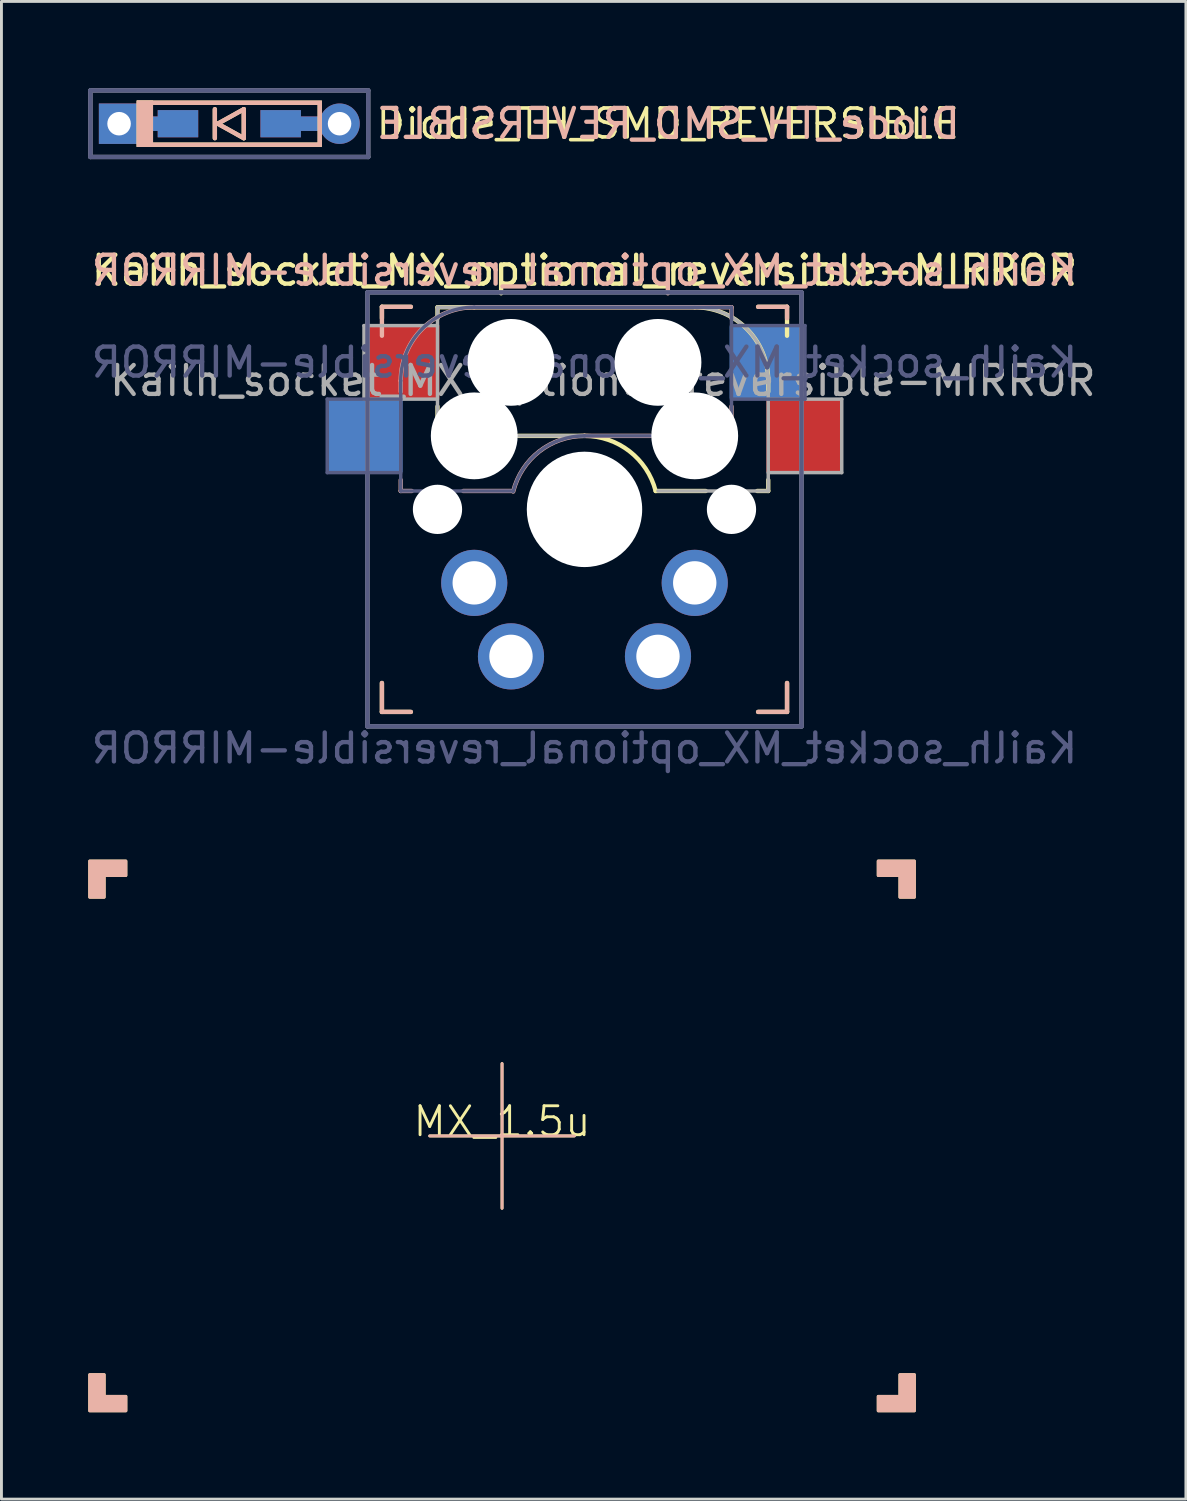
<source format=kicad_pcb>
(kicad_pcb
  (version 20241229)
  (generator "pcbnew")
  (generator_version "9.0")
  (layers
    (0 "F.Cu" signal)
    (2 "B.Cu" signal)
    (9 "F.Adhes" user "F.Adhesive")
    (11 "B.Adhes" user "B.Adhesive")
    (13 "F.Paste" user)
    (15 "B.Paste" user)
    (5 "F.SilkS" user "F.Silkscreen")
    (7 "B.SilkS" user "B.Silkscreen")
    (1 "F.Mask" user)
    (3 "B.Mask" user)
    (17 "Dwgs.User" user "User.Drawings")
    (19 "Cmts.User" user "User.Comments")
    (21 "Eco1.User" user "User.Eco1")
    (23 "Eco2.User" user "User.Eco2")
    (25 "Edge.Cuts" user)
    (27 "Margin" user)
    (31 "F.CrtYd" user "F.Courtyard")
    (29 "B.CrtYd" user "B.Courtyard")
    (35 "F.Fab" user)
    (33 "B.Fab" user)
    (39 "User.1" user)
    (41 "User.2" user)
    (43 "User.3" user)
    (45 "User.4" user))
  (footprint "Diode_TH_SMD_REVERSIBLE"
    (layer "F.Cu")
    (at 4.875 1.225)
    (property "Reference" "Diode_TH_SMD_REVERSIBLE" (at 5 0 0) (unlocked yes) (layer "F.SilkS") (effects (font (size 1 1) (thickness 0.125)) (justify left)))
    (attr through_hole)
    (fp_line (start -0.5 0.5) (end -0.5 -0.5) (stroke (width 0.15) (type solid)) (layer "F.SilkS"))
    (fp_line (start -0.4 0) (end 0.5 0.5) (stroke (width 0.15) (type solid)) (layer "F.SilkS"))
    (fp_line (start 0.5 -0.5) (end -0.4 0) (stroke (width 0.15) (type solid)) (layer "F.SilkS"))
    (fp_line (start 0.5 0.5) (end 0.5 -0.5) (stroke (width 0.15) (type solid)) (layer "F.SilkS"))
    (fp_rect (start -3.198 -0.801) (end -2.636 0.8) (stroke (width -0.000001) (type solid)) (fill yes) (layer "F.SilkS"))
    (fp_poly (pts (xy 3.199 -0.8) (xy -3.201 -0.8) (xy -3.201 -0.651) (xy -3.053 -0.651) (xy 3.05 -0.651) (xy 3.05 0.649) (xy -3.053 0.649) (xy -3.053 -0.651) (xy -3.201 -0.651) (xy -3.201 0.801) (xy 3.199 0.801)) (stroke (width -0.000001) (type solid)) (fill yes) (layer "F.SilkS"))
    (fp_line (start -0.5 -0.5) (end -0.5 0.5) (stroke (width 0.15) (type solid)) (layer "B.SilkS"))
    (fp_line (start -0.4 0) (end 0.5 -0.5) (stroke (width 0.15) (type solid)) (layer "B.SilkS"))
    (fp_line (start 0.5 -0.5) (end 0.5 0.5) (stroke (width 0.15) (type solid)) (layer "B.SilkS"))
    (fp_line (start 0.5 0.5) (end -0.4 0) (stroke (width 0.15) (type solid)) (layer "B.SilkS"))
    (fp_poly (pts (xy -2.636 0.801) (xy -3.198 0.801) (xy -3.198 -0.8) (xy -2.636 -0.8)) (stroke (width -0.000001) (type solid)) (fill yes) (layer "B.SilkS"))
    (fp_poly (pts (xy 3.199 0.8) (xy -3.201 0.8) (xy -3.201 0.651) (xy -3.053 0.651) (xy 3.05 0.651) (xy 3.05 -0.649) (xy -3.053 -0.649) (xy -3.053 0.651) (xy -3.201 0.651) (xy -3.201 -0.801) (xy 3.199 -0.801)) (stroke (width -0.000001) (type solid)) (fill yes) (layer "B.SilkS"))
    (fp_line (start -4.8 -1.15) (end -4.8 1.15) (stroke (width 0.15) (type solid)) (layer "B.Fab"))
    (fp_line (start 4.8 -1.15) (end -4.8 -1.15) (stroke (width 0.15) (type solid)) (layer "B.Fab"))
    (fp_line (start 4.8 -1.15) (end 4.8 1.15) (stroke (width 0.15) (type solid)) (layer "B.Fab"))
    (fp_line (start 4.8 1.15) (end -4.8 1.15) (stroke (width 0.15) (type solid)) (layer "B.Fab"))
    (fp_line (start -4.8 1.15) (end -4.8 -1.15) (stroke (width 0.15) (type solid)) (layer "F.Fab"))
    (fp_line (start 4.8 -1.15) (end -4.8 -1.15) (stroke (width 0.15) (type solid)) (layer "F.Fab"))
    (fp_line (start 4.8 1.15) (end -4.8 1.15) (stroke (width 0.15) (type solid)) (layer "F.Fab"))
    (fp_line (start 4.8 1.15) (end 4.8 -1.15) (stroke (width 0.15) (type solid)) (layer "F.Fab"))
    (fp_text user "${REFERENCE}" (at 5 0 0) (layer "B.SilkS") (effects (font (size 1 1) (thickness 0.15)) (justify right mirror)))
    (pad "1" thru_hole rect (at -3.81 0) (size 1.397 1.397) (drill 0.813) (layers "*.Cu" "*.Mask"))
    (pad "1" smd rect (at -2.75 0 180) (size 2 0.5) (layers "F.Cu"))
    (pad "1" smd rect (at -2.75 0) (size 2 0.5) (layers "B.Cu"))
    (pad "1" smd rect (at -1.775 0 180) (size 1.4 0.94) (layers "F.Cu" "F.Mask" "F.Paste"))
    (pad "1" smd rect (at -1.775 0) (size 1.4 0.94) (layers "B.Cu" "B.Mask" "B.Paste"))
    (pad "2" smd rect (at 1.775 0 180) (size 1.4 0.94) (layers "F.Cu" "F.Mask" "F.Paste"))
    (pad "2" smd rect (at 1.775 0) (size 1.4 0.94) (layers "B.Cu" "B.Mask" "B.Paste"))
    (pad "2" smd rect (at 2.75 0 180) (size 2 0.5) (layers "F.Cu"))
    (pad "2" smd rect (at 2.75 0) (size 2 0.5) (layers "B.Cu"))
    (pad "2" thru_hole circle (at 3.81 0) (size 1.397 1.397) (drill 0.813) (layers "*.Cu" "*.Mask")))
  (footprint "MX_1.5u"
    (layer "F.Cu")
    (at 14.3 36.206)
    (property "Reference" "MX_1.5u" (at 0 -0.5 0) (unlocked yes) (layer "F.SilkS") (effects (font (size 1 1) (thickness 0.1))))
    (attr through_hole)
    (fp_line (start 0 0) (end -2.5 0) (stroke (width 0.1) (type default)) (layer "F.SilkS"))
    (fp_line (start 0 0) (end 0 -2.5) (stroke (width 0.1) (type default)) (layer "F.SilkS"))
    (fp_line (start 0 0) (end 0 2.5) (stroke (width 0.1) (type default)) (layer "F.SilkS"))
    (fp_line (start 0 0) (end 2.5 0) (stroke (width 0.1) (type default)) (layer "F.SilkS"))
    (fp_poly (pts (xy -14.25 -9.5) (xy -14.25 -8.25) (xy -13.75 -8.25) (xy -13.75 -9) (xy -13 -9) (xy -13 -9.5)) (stroke (width 0.1) (type solid)) (fill yes) (layer "F.SilkS"))
    (fp_poly (pts (xy -14.25 9.5) (xy -13 9.5) (xy -13 9) (xy -13.75 9) (xy -13.75 8.25) (xy -14.25 8.25)) (stroke (width 0.1) (type solid)) (fill yes) (layer "F.SilkS"))
    (fp_poly (pts (xy 14.25 -9.5) (xy 13 -9.5) (xy 13 -9) (xy 13.75 -9) (xy 13.75 -8.25) (xy 14.25 -8.25)) (stroke (width 0.1) (type solid)) (fill yes) (layer "F.SilkS"))
    (fp_poly (pts (xy 14.25 9.5) (xy 14.25 8.25) (xy 13.75 8.25) (xy 13.75 9) (xy 13 9) (xy 13 9.5)) (stroke (width 0.1) (type solid)) (fill yes) (layer "F.SilkS"))
    (fp_line (start 0 0) (end -2.5 0) (stroke (width 0.1) (type default)) (layer "B.SilkS"))
    (fp_line (start 0 0) (end 0 -2.5) (stroke (width 0.1) (type default)) (layer "B.SilkS"))
    (fp_line (start 0 0) (end 0 2.5) (stroke (width 0.1) (type default)) (layer "B.SilkS"))
    (fp_line (start 0 0) (end 2.5 0) (stroke (width 0.1) (type default)) (layer "B.SilkS"))
    (fp_poly (pts (xy -14.25 -9.5) (xy -13 -9.5) (xy -13 -9) (xy -13.75 -9) (xy -13.75 -8.25) (xy -14.25 -8.25)) (stroke (width 0.1) (type solid)) (fill yes) (layer "B.SilkS"))
    (fp_poly (pts (xy -14.25 9.5) (xy -14.25 8.25) (xy -13.75 8.25) (xy -13.75 9) (xy -13 9) (xy -13 9.5)) (stroke (width 0.1) (type solid)) (fill yes) (layer "B.SilkS"))
    (fp_poly (pts (xy 14.25 -9.5) (xy 14.25 -8.25) (xy 13.75 -8.25) (xy 13.75 -9) (xy 13 -9) (xy 13 -9.5)) (stroke (width 0.1) (type solid)) (fill yes) (layer "B.SilkS"))
    (fp_poly (pts (xy 14.25 9.5) (xy 13 9.5) (xy 13 9) (xy 13.75 9) (xy 13.75 8.25) (xy 14.25 8.25)) (stroke (width 0.1) (type solid)) (fill yes) (layer "B.SilkS")))
  (footprint "Kailh_socket_MX_optional_reversible-MIRROR"
    (layer "F.Cu")
    (at 17.149 14.553)
    (property "Reference" "Kailh_socket_MX_optional_reversible-MIRROR" (at 0 -8.255 0) (layer "F.SilkS") (effects (font (size 1 1) (thickness 0.15))))
    (property "Value" "Kailh_socket_MX_optional_reversible-MIRROR" (at 0 8.255 0) (layer "F.Fab") (hide yes) (effects (font (size 1 1) (thickness 0.15))))
    (attr smd)
    (fp_line (start -7 -7) (end -6 -7) (stroke (width 0.15) (type solid)) (layer "F.SilkS"))
    (fp_line (start -7 -6.604) (end -7 -7) (stroke (width 0.15) (type solid)) (layer "F.SilkS"))
    (fp_line (start -7 7) (end -7 6) (stroke (width 0.15) (type solid)) (layer "F.SilkS"))
    (fp_line (start -6 7) (end -7 7) (stroke (width 0.15) (type solid)) (layer "F.SilkS"))
    (fp_line (start -5.08 -6.985) (end -5.08 -6.604) (stroke (width 0.15) (type solid)) (layer "F.SilkS"))
    (fp_line (start -5.08 -3.556) (end -5.08 -3.175) (stroke (width 0.15) (type solid)) (layer "F.SilkS"))
    (fp_line (start -2.286 -2.54) (end 0 -2.54) (stroke (width 0.15) (type solid)) (layer "F.SilkS"))
    (fp_line (start 2.459 -0.635) (end 4.191 -0.635) (stroke (width 0.15) (type solid)) (layer "F.SilkS"))
    (fp_line (start 3.81 -6.985) (end -5.08 -6.985) (stroke (width 0.15) (type solid)) (layer "F.SilkS"))
    (fp_line (start 5.969 -0.635) (end 6.35 -0.635) (stroke (width 0.15) (type solid)) (layer "F.SilkS"))
    (fp_line (start 6 -7) (end 7 -7) (stroke (width 0.15) (type solid)) (layer "F.SilkS"))
    (fp_line (start 6.35 -4.445) (end 6.35 -4.064) (stroke (width 0.15) (type solid)) (layer "F.SilkS"))
    (fp_line (start 6.35 -0.635) (end 6.35 -1.016) (stroke (width 0.15) (type solid)) (layer "F.SilkS"))
    (fp_line (start 7 -7) (end 7 -6) (stroke (width 0.15) (type solid)) (layer "F.SilkS"))
    (fp_line (start 7 6) (end 7 7) (stroke (width 0.15) (type solid)) (layer "F.SilkS"))
    (fp_line (start 7 7) (end 6 7) (stroke (width 0.15) (type solid)) (layer "F.SilkS"))
    (fp_arc (start 0 -2.54) (mid 1.555426 -2.008047) (end 2.459344 -0.635001) (stroke (width 0.15) (type default)) (layer "F.SilkS"))
    (fp_arc (start 3.81 -6.985) (mid 5.606051 -6.241051) (end 6.35 -4.445) (stroke (width 0.15) (type solid)) (layer "F.SilkS"))
    (fp_line (start -7 -7) (end -6 -7) (stroke (width 0.15) (type solid)) (layer "B.SilkS"))
    (fp_line (start -7 -6) (end -7 -7) (stroke (width 0.15) (type solid)) (layer "B.SilkS"))
    (fp_line (start -7 7) (end -7 6) (stroke (width 0.15) (type solid)) (layer "B.SilkS"))
    (fp_line (start -6.35 -4.445) (end -6.35 -4.064) (stroke (width 0.15) (type solid)) (layer "B.SilkS"))
    (fp_line (start -6.35 -1.016) (end -6.35 -0.635) (stroke (width 0.15) (type solid)) (layer "B.SilkS"))
    (fp_line (start -6.35 -0.635) (end -5.969 -0.635) (stroke (width 0.15) (type solid)) (layer "B.SilkS"))
    (fp_line (start -6 7) (end -7 7) (stroke (width 0.15) (type solid)) (layer "B.SilkS"))
    (fp_line (start -4.191 -0.635) (end -2.54 -0.635) (stroke (width 0.15) (type solid)) (layer "B.SilkS"))
    (fp_line (start 0 -2.54) (end 2.286 -2.54) (stroke (width 0.15) (type solid)) (layer "B.SilkS"))
    (fp_line (start 5.08 -6.985) (end -3.81 -6.985) (stroke (width 0.15) (type solid)) (layer "B.SilkS"))
    (fp_line (start 5.08 -6.604) (end 5.08 -6.985) (stroke (width 0.15) (type solid)) (layer "B.SilkS"))
    (fp_line (start 5.08 -3.175) (end 5.08 -3.556) (stroke (width 0.15) (type solid)) (layer "B.SilkS"))
    (fp_line (start 6 -7) (end 7 -7) (stroke (width 0.15) (type solid)) (layer "B.SilkS"))
    (fp_line (start 7 -7) (end 7 -6.604) (stroke (width 0.15) (type solid)) (layer "B.SilkS"))
    (fp_line (start 7 6) (end 7 7) (stroke (width 0.15) (type solid)) (layer "B.SilkS"))
    (fp_line (start 7 7) (end 6 7) (stroke (width 0.15) (type solid)) (layer "B.SilkS"))
    (fp_arc (start -6.35 -4.445) (mid -5.606051 -6.241051) (end -3.81 -6.985) (stroke (width 0.15) (type solid)) (layer "B.SilkS"))
    (fp_arc (start -2.464162 -0.61604) (mid -1.563147 -2.002042) (end 0 -2.54) (stroke (width 0.15) (type solid)) (layer "B.SilkS"))
    (fp_line (start -6.9 6.9) (end -6.9 -6.9) (stroke (width 0.15) (type solid)) (layer "Eco2.User"))
    (fp_line (start -6.9 6.9) (end 6.9 6.9) (stroke (width 0.15) (type solid)) (layer "Eco2.User"))
    (fp_line (start 6.9 -6.9) (end -6.9 -6.9) (stroke (width 0.15) (type solid)) (layer "Eco2.User"))
    (fp_line (start 6.9 -6.9) (end 6.9 6.9) (stroke (width 0.15) (type solid)) (layer "Eco2.User"))
    (fp_line (start -8.89 -3.81) (end -8.89 -1.27) (stroke (width 0.12) (type solid)) (layer "B.Fab"))
    (fp_line (start -8.89 -1.27) (end -6.35 -1.27) (stroke (width 0.12) (type solid)) (layer "B.Fab"))
    (fp_line (start -7.5 -7.5) (end 7.5 -7.5) (stroke (width 0.15) (type solid)) (layer "B.Fab"))
    (fp_line (start -7.5 7.5) (end -7.5 -7.5) (stroke (width 0.15) (type solid)) (layer "B.Fab"))
    (fp_line (start -6.35 -4.445) (end -6.35 -0.635) (stroke (width 0.12) (type solid)) (layer "B.Fab"))
    (fp_line (start -6.35 -3.81) (end -8.89 -3.81) (stroke (width 0.12) (type solid)) (layer "B.Fab"))
    (fp_line (start -6.35 -0.635) (end -2.54 -0.635) (stroke (width 0.12) (type solid)) (layer "B.Fab"))
    (fp_line (start 0 -2.54) (end 5.08 -2.54) (stroke (width 0.12) (type solid)) (layer "B.Fab"))
    (fp_line (start 5.08 -6.985) (end -3.81 -6.985) (stroke (width 0.12) (type solid)) (layer "B.Fab"))
    (fp_line (start 5.08 -3.81) (end 7.62 -3.81) (stroke (width 0.12) (type solid)) (layer "B.Fab"))
    (fp_line (start 5.08 -2.54) (end 5.08 -6.985) (stroke (width 0.12) (type solid)) (layer "B.Fab"))
    (fp_line (start 7.5 -7.5) (end 7.5 7.5) (stroke (width 0.15) (type solid)) (layer "B.Fab"))
    (fp_line (start 7.5 7.5) (end -7.5 7.5) (stroke (width 0.15) (type solid)) (layer "B.Fab"))
    (fp_line (start 7.62 -6.35) (end 5.08 -6.35) (stroke (width 0.12) (type solid)) (layer "B.Fab"))
    (fp_line (start 7.62 -3.81) (end 7.62 -6.35) (stroke (width 0.12) (type solid)) (layer "B.Fab"))
    (fp_arc (start -6.35 -4.445) (mid -5.606051 -6.241051) (end -3.81 -6.985) (stroke (width 0.12) (type solid)) (layer "B.Fab"))
    (fp_arc (start -2.464162 -0.61604) (mid -1.563147 -2.002042) (end 0 -2.54) (stroke (width 0.12) (type solid)) (layer "B.Fab"))
    (fp_line (start -7.62 -6.35) (end -7.62 -3.81) (stroke (width 0.12) (type solid)) (layer "F.Fab"))
    (fp_line (start -7.62 -3.81) (end -5.08 -3.81) (stroke (width 0.12) (type solid)) (layer "F.Fab"))
    (fp_line (start -7.5 -7.5) (end 7.5 -7.5) (stroke (width 0.15) (type solid)) (layer "F.Fab"))
    (fp_line (start -7.5 7.5) (end -7.5 -7.5) (stroke (width 0.15) (type solid)) (layer "F.Fab"))
    (fp_line (start -5.08 -6.985) (end -5.08 -2.54) (stroke (width 0.12) (type solid)) (layer "F.Fab"))
    (fp_line (start -5.08 -6.35) (end -7.62 -6.35) (stroke (width 0.12) (type solid)) (layer "F.Fab"))
    (fp_line (start -5.08 -2.54) (end 0 -2.54) (stroke (width 0.12) (type solid)) (layer "F.Fab"))
    (fp_line (start 2.54 -0.635) (end 6.35 -0.635) (stroke (width 0.12) (type solid)) (layer "F.Fab"))
    (fp_line (start 3.81 -6.985) (end -5.08 -6.985) (stroke (width 0.12) (type solid)) (layer "F.Fab"))
    (fp_line (start 6.35 -1.27) (end 8.89 -1.27) (stroke (width 0.12) (type solid)) (layer "F.Fab"))
    (fp_line (start 6.35 -0.635) (end 6.35 -4.445) (stroke (width 0.12) (type solid)) (layer "F.Fab"))
    (fp_line (start 7.5 -7.5) (end 7.5 7.5) (stroke (width 0.15) (type solid)) (layer "F.Fab"))
    (fp_line (start 7.5 7.5) (end -7.5 7.5) (stroke (width 0.15) (type solid)) (layer "F.Fab"))
    (fp_line (start 8.89 -3.81) (end 6.35 -3.81) (stroke (width 0.12) (type solid)) (layer "F.Fab"))
    (fp_line (start 8.89 -1.27) (end 8.89 -3.81) (stroke (width 0.12) (type solid)) (layer "F.Fab"))
    (fp_arc (start 3.81 -6.985) (mid 5.606051 -6.241051) (end 6.35 -4.445) (stroke (width 0.12) (type solid)) (layer "F.Fab"))
    (fp_text user "${REFERENCE}" (at 0 -8.255 0) (layer "B.SilkS") (effects (font (size 1 1) (thickness 0.15)) (justify mirror)))
    (fp_text user "${VALUE}" (at 0 8.255 0) (layer "B.Fab") (effects (font (size 1 1) (thickness 0.15)) (justify mirror)))
    (fp_text user "${REFERENCE}" (at 0 -5.08 180) (layer "B.Fab") (effects (font (size 1 1) (thickness 0.15)) (justify mirror)))
    (fp_text user "${REFERENCE}" (at 0.635 -4.445 0) (layer "F.Fab") (effects (font (size 1 1) (thickness 0.15))))
    (pad "" np_thru_hole circle (at -5.08 0) (size 1.702 1.702) (drill 1.702) (layers "*.Cu" "*.Mask"))
    (pad "" np_thru_hole circle (at -3.81 -2.54 180) (size 3 3) (drill 3) (layers "*.Cu" "*.Mask"))
    (pad "" np_thru_hole circle (at -2.54 -5.08) (size 3 3) (drill 3) (layers "*.Cu" "*.Mask"))
    (pad "" np_thru_hole circle (at 0 0) (size 3.988 3.988) (drill 3.988) (layers "*.Cu" "*.Mask"))
    (pad "" np_thru_hole circle (at 2.54 -5.08 180) (size 3 3) (drill 3) (layers "*.Cu" "*.Mask"))
    (pad "" np_thru_hole circle (at 3.81 -2.54) (size 3 3) (drill 3) (layers "*.Cu" "*.Mask"))
    (pad "" np_thru_hole circle (at 5.08 0) (size 1.702 1.702) (drill 1.702) (layers "*.Cu" "*.Mask"))
    (pad "1" smd rect (at -6.29 -5.08) (size 2.55 2.5) (layers "F.Cu" "F.Mask" "F.Paste"))
    (pad "1" thru_hole circle (at -3.81 2.54) (size 2.286 2.286) (drill 1.499) (layers "*.Cu" "*.Mask"))
    (pad "1" thru_hole circle (at 3.81 2.54 180) (size 2.286 2.286) (drill 1.499) (layers "*.Cu" "*.Mask"))
    (pad "1" smd rect (at 6.29 -5.08 180) (size 2.55 2.5) (layers "B.Cu" "B.Mask" "B.Paste"))
    (pad "2" smd rect (at -7.56 -2.54 180) (size 2.55 2.5) (layers "B.Cu" "B.Mask" "B.Paste"))
    (pad "2" thru_hole circle (at -2.54 5.08 180) (size 2.286 2.286) (drill 1.499) (layers "*.Cu" "*.Mask"))
    (pad "2" thru_hole circle (at 2.54 5.08) (size 2.286 2.286) (drill 1.499) (layers "*.Cu" "*.Mask"))
    (pad "2" smd rect (at 7.56 -2.54) (size 2.55 2.5) (layers "F.Cu" "F.Mask" "F.Paste")))
  (gr_rect
    (start -3 -3)
    (end 37.933 48.757)
    (stroke (width 0.1) (type default))
    (fill no)
    (layer "Edge.Cuts")))
</source>
